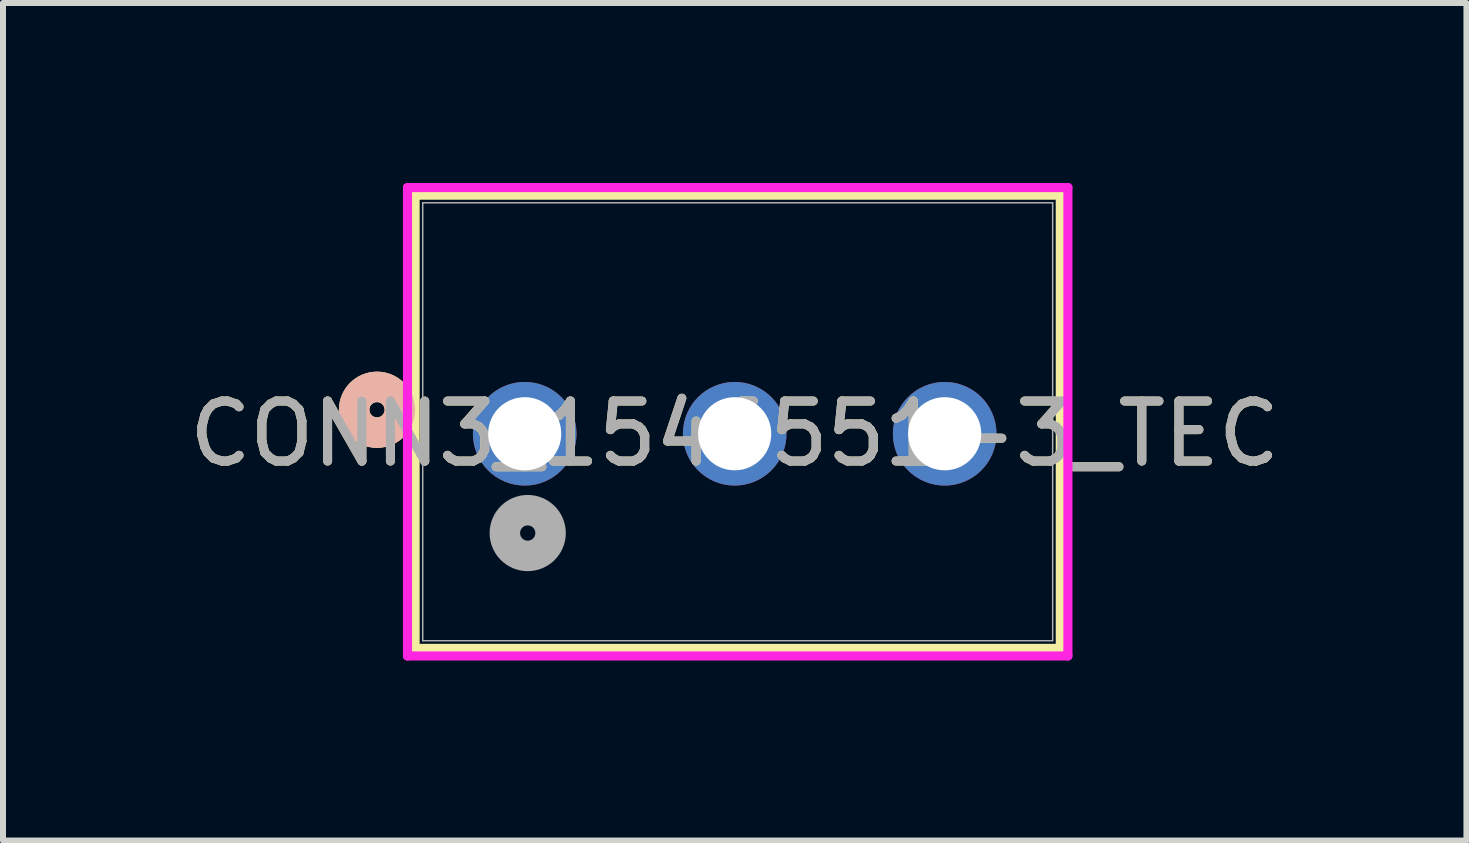
<source format=kicad_pcb>
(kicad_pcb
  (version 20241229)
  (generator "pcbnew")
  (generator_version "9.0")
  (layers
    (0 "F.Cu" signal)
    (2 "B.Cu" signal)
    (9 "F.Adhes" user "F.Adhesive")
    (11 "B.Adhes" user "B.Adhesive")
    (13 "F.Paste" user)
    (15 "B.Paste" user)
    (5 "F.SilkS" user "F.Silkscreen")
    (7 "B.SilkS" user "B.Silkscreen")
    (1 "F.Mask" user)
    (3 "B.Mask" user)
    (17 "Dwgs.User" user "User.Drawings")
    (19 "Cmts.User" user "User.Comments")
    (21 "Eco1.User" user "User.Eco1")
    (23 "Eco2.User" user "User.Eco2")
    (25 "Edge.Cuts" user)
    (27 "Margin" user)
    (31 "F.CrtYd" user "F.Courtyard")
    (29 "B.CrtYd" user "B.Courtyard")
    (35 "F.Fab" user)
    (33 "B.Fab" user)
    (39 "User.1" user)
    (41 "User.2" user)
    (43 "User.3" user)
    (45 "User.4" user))
  (footprint "CONN3_1546551-3_TEC"
    (layer "F.Cu")
    (at 5.696 4.18)
    (property "Reference" "CONN3_1546551-3_TEC" (at 3.5 0 0) (unlocked yes) (layer "F.SilkS") (effects (font (size 1 1) (thickness 0.15))))
    (attr through_hole)
    (fp_line (start -1.827 -3.977) (end -1.827 3.577) (stroke (width 0.152) (type solid)) (layer "F.SilkS"))
    (fp_line (start -1.827 3.577) (end 8.927 3.577) (stroke (width 0.152) (type solid)) (layer "F.SilkS"))
    (fp_line (start 8.927 -3.977) (end -1.827 -3.977) (stroke (width 0.152) (type solid)) (layer "F.SilkS"))
    (fp_line (start 8.927 3.577) (end 8.927 -3.977) (stroke (width 0.152) (type solid)) (layer "F.SilkS"))
    (fp_circle (center -2.462 -0.4) (end -2.081 -0.4) (stroke (width 0.508) (type solid)) (fill no) (layer "F.SilkS"))
    (fp_circle (center -2.462 -0.4) (end -2.081 -0.4) (stroke (width 0.508) (type solid)) (fill no) (layer "B.SilkS"))
    (fp_line (start -1.954 -4.104) (end -1.954 3.704) (stroke (width 0.152) (type solid)) (layer "F.CrtYd"))
    (fp_line (start -1.954 3.704) (end 9.054 3.704) (stroke (width 0.152) (type solid)) (layer "F.CrtYd"))
    (fp_line (start 9.054 -4.104) (end -1.954 -4.104) (stroke (width 0.152) (type solid)) (layer "F.CrtYd"))
    (fp_line (start 9.054 3.704) (end 9.054 -4.104) (stroke (width 0.152) (type solid)) (layer "F.CrtYd"))
    (fp_line (start -1.7 -3.85) (end -1.7 3.45) (stroke (width 0.025) (type solid)) (layer "F.Fab"))
    (fp_line (start -1.7 3.45) (end 8.8 3.45) (stroke (width 0.025) (type solid)) (layer "F.Fab"))
    (fp_line (start 8.8 -3.85) (end -1.7 -3.85) (stroke (width 0.025) (type solid)) (layer "F.Fab"))
    (fp_line (start 8.8 3.45) (end 8.8 -3.85) (stroke (width 0.025) (type solid)) (layer "F.Fab"))
    (fp_circle (center 0.05 1.655) (end 0.431 1.655) (stroke (width 0.508) (type solid)) (fill no) (layer "F.Fab"))
    (fp_text user "${REFERENCE}" (at 3.5 0 0) (unlocked yes) (layer "F.Fab") (effects (font (size 1 1) (thickness 0.15))))
    (pad "1" thru_hole circle (at 0 0) (size 1.727 1.727) (drill 1.219) (layers "*.Cu" "*.Mask"))
    (pad "2" thru_hole circle (at 3.5 0) (size 1.727 1.727) (drill 1.219) (layers "*.Cu" "*.Mask"))
    (pad "3" thru_hole circle (at 7 0) (size 1.727 1.727) (drill 1.219) (layers "*.Cu" "*.Mask")))
  (gr_rect
    (start -3 -3)
    (end 21.393 10.96)
    (stroke (width 0.1) (type default))
    (fill no)
    (layer "Edge.Cuts")))
</source>
